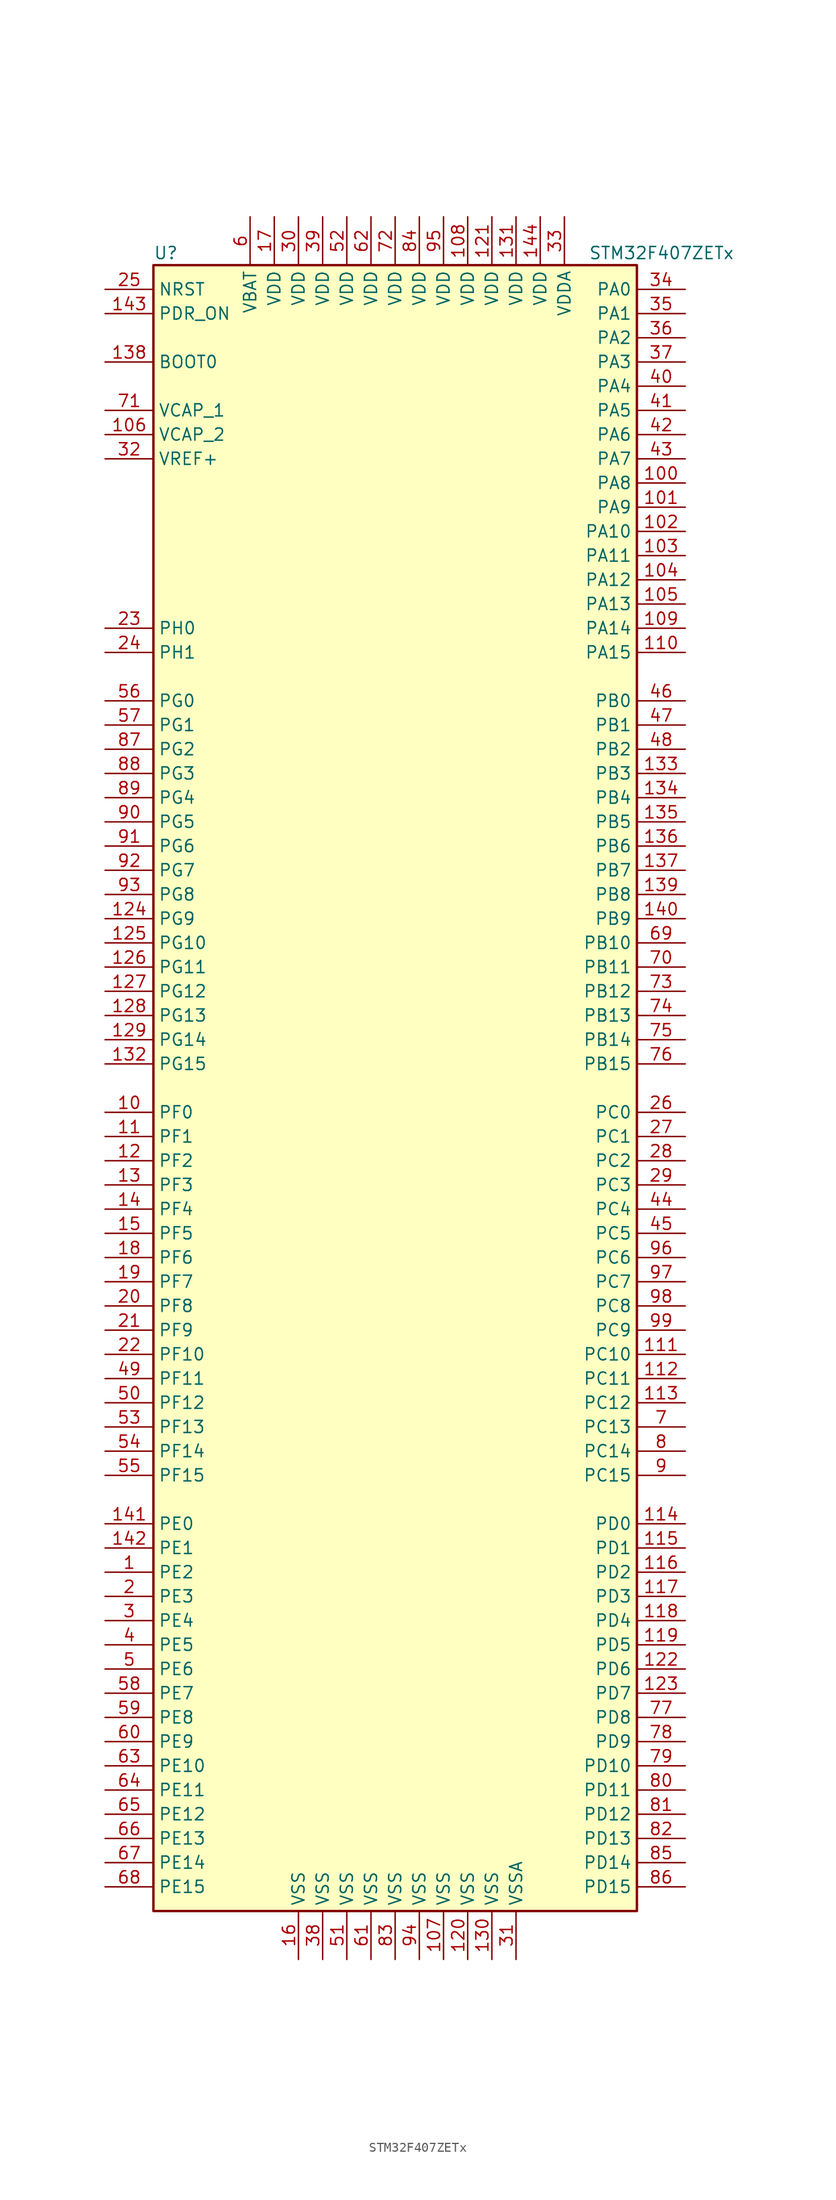
<source format=kicad_sym>
(kicad_symbol_lib
  (version 20201005)
  (generator kicad_symbol_editor)
  (symbol "STM32F407ZETx"
    (property "Reference" "U"
      (at -25.4 87.63 0)
      (effects (font (size 1.27 1.27)) (justify left)))
    (property "Value" "STM32F407ZETx"
      (at 20.32 87.63 0)
      (effects (font (size 1.27 1.27)) (justify left)))
    (symbol "STM32F407ZETx_0_1"
      (rectangle (start -25.4 -86.36) (end 25.4 86.36) (stroke (width 0.254)) (fill (type background))))
    (symbol "STM32F407ZETx_1_1"
      (pin input line (at -30.48 76.2 0) (length 5.08) (name "BOOT0" (effects (font (size 1.27 1.27)))) (number "138" (effects (font (size 1.27 1.27)))))
      (pin input line (at -30.48 83.82 0) (length 5.08) (name "NRST" (effects (font (size 1.27 1.27)))) (number "25" (effects (font (size 1.27 1.27)))))
      (pin bidirectional line (at 30.48 83.82 180) (length 5.08) (name "PA0" (effects (font (size 1.27 1.27)))) (number "34" (effects (font (size 1.27 1.27)))))
      (pin bidirectional line (at 30.48 81.28 180) (length 5.08) (name "PA1" (effects (font (size 1.27 1.27)))) (number "35" (effects (font (size 1.27 1.27)))))
      (pin bidirectional line (at 30.48 58.42 180) (length 5.08) (name "PA10" (effects (font (size 1.27 1.27)))) (number "102" (effects (font (size 1.27 1.27)))))
      (pin bidirectional line (at 30.48 55.88 180) (length 5.08) (name "PA11" (effects (font (size 1.27 1.27)))) (number "103" (effects (font (size 1.27 1.27)))))
      (pin bidirectional line (at 30.48 53.34 180) (length 5.08) (name "PA12" (effects (font (size 1.27 1.27)))) (number "104" (effects (font (size 1.27 1.27)))))
      (pin bidirectional line (at 30.48 50.8 180) (length 5.08) (name "PA13" (effects (font (size 1.27 1.27)))) (number "105" (effects (font (size 1.27 1.27)))))
      (pin bidirectional line (at 30.48 48.26 180) (length 5.08) (name "PA14" (effects (font (size 1.27 1.27)))) (number "109" (effects (font (size 1.27 1.27)))))
      (pin bidirectional line (at 30.48 45.72 180) (length 5.08) (name "PA15" (effects (font (size 1.27 1.27)))) (number "110" (effects (font (size 1.27 1.27)))))
      (pin bidirectional line (at 30.48 78.74 180) (length 5.08) (name "PA2" (effects (font (size 1.27 1.27)))) (number "36" (effects (font (size 1.27 1.27)))))
      (pin bidirectional line (at 30.48 76.2 180) (length 5.08) (name "PA3" (effects (font (size 1.27 1.27)))) (number "37" (effects (font (size 1.27 1.27)))))
      (pin bidirectional line (at 30.48 73.66 180) (length 5.08) (name "PA4" (effects (font (size 1.27 1.27)))) (number "40" (effects (font (size 1.27 1.27)))))
      (pin bidirectional line (at 30.48 71.12 180) (length 5.08) (name "PA5" (effects (font (size 1.27 1.27)))) (number "41" (effects (font (size 1.27 1.27)))))
      (pin bidirectional line (at 30.48 68.58 180) (length 5.08) (name "PA6" (effects (font (size 1.27 1.27)))) (number "42" (effects (font (size 1.27 1.27)))))
      (pin bidirectional line (at 30.48 66.04 180) (length 5.08) (name "PA7" (effects (font (size 1.27 1.27)))) (number "43" (effects (font (size 1.27 1.27)))))
      (pin bidirectional line (at 30.48 63.5 180) (length 5.08) (name "PA8" (effects (font (size 1.27 1.27)))) (number "100" (effects (font (size 1.27 1.27)))))
      (pin bidirectional line (at 30.48 60.96 180) (length 5.08) (name "PA9" (effects (font (size 1.27 1.27)))) (number "101" (effects (font (size 1.27 1.27)))))
      (pin bidirectional line (at 30.48 40.64 180) (length 5.08) (name "PB0" (effects (font (size 1.27 1.27)))) (number "46" (effects (font (size 1.27 1.27)))))
      (pin bidirectional line (at 30.48 38.1 180) (length 5.08) (name "PB1" (effects (font (size 1.27 1.27)))) (number "47" (effects (font (size 1.27 1.27)))))
      (pin bidirectional line (at 30.48 15.24 180) (length 5.08) (name "PB10" (effects (font (size 1.27 1.27)))) (number "69" (effects (font (size 1.27 1.27)))))
      (pin bidirectional line (at 30.48 12.7 180) (length 5.08) (name "PB11" (effects (font (size 1.27 1.27)))) (number "70" (effects (font (size 1.27 1.27)))))
      (pin bidirectional line (at 30.48 10.16 180) (length 5.08) (name "PB12" (effects (font (size 1.27 1.27)))) (number "73" (effects (font (size 1.27 1.27)))))
      (pin bidirectional line (at 30.48 7.62 180) (length 5.08) (name "PB13" (effects (font (size 1.27 1.27)))) (number "74" (effects (font (size 1.27 1.27)))))
      (pin bidirectional line (at 30.48 5.08 180) (length 5.08) (name "PB14" (effects (font (size 1.27 1.27)))) (number "75" (effects (font (size 1.27 1.27)))))
      (pin bidirectional line (at 30.48 2.54 180) (length 5.08) (name "PB15" (effects (font (size 1.27 1.27)))) (number "76" (effects (font (size 1.27 1.27)))))
      (pin bidirectional line (at 30.48 35.56 180) (length 5.08) (name "PB2" (effects (font (size 1.27 1.27)))) (number "48" (effects (font (size 1.27 1.27)))))
      (pin bidirectional line (at 30.48 33.02 180) (length 5.08) (name "PB3" (effects (font (size 1.27 1.27)))) (number "133" (effects (font (size 1.27 1.27)))))
      (pin bidirectional line (at 30.48 30.48 180) (length 5.08) (name "PB4" (effects (font (size 1.27 1.27)))) (number "134" (effects (font (size 1.27 1.27)))))
      (pin bidirectional line (at 30.48 27.94 180) (length 5.08) (name "PB5" (effects (font (size 1.27 1.27)))) (number "135" (effects (font (size 1.27 1.27)))))
      (pin bidirectional line (at 30.48 25.4 180) (length 5.08) (name "PB6" (effects (font (size 1.27 1.27)))) (number "136" (effects (font (size 1.27 1.27)))))
      (pin bidirectional line (at 30.48 22.86 180) (length 5.08) (name "PB7" (effects (font (size 1.27 1.27)))) (number "137" (effects (font (size 1.27 1.27)))))
      (pin bidirectional line (at 30.48 20.32 180) (length 5.08) (name "PB8" (effects (font (size 1.27 1.27)))) (number "139" (effects (font (size 1.27 1.27)))))
      (pin bidirectional line (at 30.48 17.78 180) (length 5.08) (name "PB9" (effects (font (size 1.27 1.27)))) (number "140" (effects (font (size 1.27 1.27)))))
      (pin bidirectional line (at 30.48 -2.54 180) (length 5.08) (name "PC0" (effects (font (size 1.27 1.27)))) (number "26" (effects (font (size 1.27 1.27)))))
      (pin bidirectional line (at 30.48 -5.08 180) (length 5.08) (name "PC1" (effects (font (size 1.27 1.27)))) (number "27" (effects (font (size 1.27 1.27)))))
      (pin bidirectional line (at 30.48 -27.94 180) (length 5.08) (name "PC10" (effects (font (size 1.27 1.27)))) (number "111" (effects (font (size 1.27 1.27)))))
      (pin bidirectional line (at 30.48 -30.48 180) (length 5.08) (name "PC11" (effects (font (size 1.27 1.27)))) (number "112" (effects (font (size 1.27 1.27)))))
      (pin bidirectional line (at 30.48 -33.02 180) (length 5.08) (name "PC12" (effects (font (size 1.27 1.27)))) (number "113" (effects (font (size 1.27 1.27)))))
      (pin bidirectional line (at 30.48 -35.56 180) (length 5.08) (name "PC13" (effects (font (size 1.27 1.27)))) (number "7" (effects (font (size 1.27 1.27)))))
      (pin bidirectional line (at 30.48 -38.1 180) (length 5.08) (name "PC14" (effects (font (size 1.27 1.27)))) (number "8" (effects (font (size 1.27 1.27)))))
      (pin bidirectional line (at 30.48 -40.64 180) (length 5.08) (name "PC15" (effects (font (size 1.27 1.27)))) (number "9" (effects (font (size 1.27 1.27)))))
      (pin bidirectional line (at 30.48 -7.62 180) (length 5.08) (name "PC2" (effects (font (size 1.27 1.27)))) (number "28" (effects (font (size 1.27 1.27)))))
      (pin bidirectional line (at 30.48 -10.16 180) (length 5.08) (name "PC3" (effects (font (size 1.27 1.27)))) (number "29" (effects (font (size 1.27 1.27)))))
      (pin bidirectional line (at 30.48 -12.7 180) (length 5.08) (name "PC4" (effects (font (size 1.27 1.27)))) (number "44" (effects (font (size 1.27 1.27)))))
      (pin bidirectional line (at 30.48 -15.24 180) (length 5.08) (name "PC5" (effects (font (size 1.27 1.27)))) (number "45" (effects (font (size 1.27 1.27)))))
      (pin bidirectional line (at 30.48 -17.78 180) (length 5.08) (name "PC6" (effects (font (size 1.27 1.27)))) (number "96" (effects (font (size 1.27 1.27)))))
      (pin bidirectional line (at 30.48 -20.32 180) (length 5.08) (name "PC7" (effects (font (size 1.27 1.27)))) (number "97" (effects (font (size 1.27 1.27)))))
      (pin bidirectional line (at 30.48 -22.86 180) (length 5.08) (name "PC8" (effects (font (size 1.27 1.27)))) (number "98" (effects (font (size 1.27 1.27)))))
      (pin bidirectional line (at 30.48 -25.4 180) (length 5.08) (name "PC9" (effects (font (size 1.27 1.27)))) (number "99" (effects (font (size 1.27 1.27)))))
      (pin bidirectional line (at 30.48 -45.72 180) (length 5.08) (name "PD0" (effects (font (size 1.27 1.27)))) (number "114" (effects (font (size 1.27 1.27)))))
      (pin bidirectional line (at 30.48 -48.26 180) (length 5.08) (name "PD1" (effects (font (size 1.27 1.27)))) (number "115" (effects (font (size 1.27 1.27)))))
      (pin bidirectional line (at 30.48 -71.12 180) (length 5.08) (name "PD10" (effects (font (size 1.27 1.27)))) (number "79" (effects (font (size 1.27 1.27)))))
      (pin bidirectional line (at 30.48 -73.66 180) (length 5.08) (name "PD11" (effects (font (size 1.27 1.27)))) (number "80" (effects (font (size 1.27 1.27)))))
      (pin bidirectional line (at 30.48 -76.2 180) (length 5.08) (name "PD12" (effects (font (size 1.27 1.27)))) (number "81" (effects (font (size 1.27 1.27)))))
      (pin bidirectional line (at 30.48 -78.74 180) (length 5.08) (name "PD13" (effects (font (size 1.27 1.27)))) (number "82" (effects (font (size 1.27 1.27)))))
      (pin bidirectional line (at 30.48 -81.28 180) (length 5.08) (name "PD14" (effects (font (size 1.27 1.27)))) (number "85" (effects (font (size 1.27 1.27)))))
      (pin bidirectional line (at 30.48 -83.82 180) (length 5.08) (name "PD15" (effects (font (size 1.27 1.27)))) (number "86" (effects (font (size 1.27 1.27)))))
      (pin bidirectional line (at 30.48 -50.8 180) (length 5.08) (name "PD2" (effects (font (size 1.27 1.27)))) (number "116" (effects (font (size 1.27 1.27)))))
      (pin bidirectional line (at 30.48 -53.34 180) (length 5.08) (name "PD3" (effects (font (size 1.27 1.27)))) (number "117" (effects (font (size 1.27 1.27)))))
      (pin bidirectional line (at 30.48 -55.88 180) (length 5.08) (name "PD4" (effects (font (size 1.27 1.27)))) (number "118" (effects (font (size 1.27 1.27)))))
      (pin bidirectional line (at 30.48 -58.42 180) (length 5.08) (name "PD5" (effects (font (size 1.27 1.27)))) (number "119" (effects (font (size 1.27 1.27)))))
      (pin bidirectional line (at 30.48 -60.96 180) (length 5.08) (name "PD6" (effects (font (size 1.27 1.27)))) (number "122" (effects (font (size 1.27 1.27)))))
      (pin bidirectional line (at 30.48 -63.5 180) (length 5.08) (name "PD7" (effects (font (size 1.27 1.27)))) (number "123" (effects (font (size 1.27 1.27)))))
      (pin bidirectional line (at 30.48 -66.04 180) (length 5.08) (name "PD8" (effects (font (size 1.27 1.27)))) (number "77" (effects (font (size 1.27 1.27)))))
      (pin bidirectional line (at 30.48 -68.58 180) (length 5.08) (name "PD9" (effects (font (size 1.27 1.27)))) (number "78" (effects (font (size 1.27 1.27)))))
      (pin input line (at -30.48 81.28 0) (length 5.08) (name "PDR_ON" (effects (font (size 1.27 1.27)))) (number "143" (effects (font (size 1.27 1.27)))))
      (pin bidirectional line (at -30.48 -45.72 0) (length 5.08) (name "PE0" (effects (font (size 1.27 1.27)))) (number "141" (effects (font (size 1.27 1.27)))))
      (pin bidirectional line (at -30.48 -48.26 0) (length 5.08) (name "PE1" (effects (font (size 1.27 1.27)))) (number "142" (effects (font (size 1.27 1.27)))))
      (pin bidirectional line (at -30.48 -71.12 0) (length 5.08) (name "PE10" (effects (font (size 1.27 1.27)))) (number "63" (effects (font (size 1.27 1.27)))))
      (pin bidirectional line (at -30.48 -73.66 0) (length 5.08) (name "PE11" (effects (font (size 1.27 1.27)))) (number "64" (effects (font (size 1.27 1.27)))))
      (pin bidirectional line (at -30.48 -76.2 0) (length 5.08) (name "PE12" (effects (font (size 1.27 1.27)))) (number "65" (effects (font (size 1.27 1.27)))))
      (pin bidirectional line (at -30.48 -78.74 0) (length 5.08) (name "PE13" (effects (font (size 1.27 1.27)))) (number "66" (effects (font (size 1.27 1.27)))))
      (pin bidirectional line (at -30.48 -81.28 0) (length 5.08) (name "PE14" (effects (font (size 1.27 1.27)))) (number "67" (effects (font (size 1.27 1.27)))))
      (pin bidirectional line (at -30.48 -83.82 0) (length 5.08) (name "PE15" (effects (font (size 1.27 1.27)))) (number "68" (effects (font (size 1.27 1.27)))))
      (pin bidirectional line (at -30.48 -50.8 0) (length 5.08) (name "PE2" (effects (font (size 1.27 1.27)))) (number "1" (effects (font (size 1.27 1.27)))))
      (pin bidirectional line (at -30.48 -53.34 0) (length 5.08) (name "PE3" (effects (font (size 1.27 1.27)))) (number "2" (effects (font (size 1.27 1.27)))))
      (pin bidirectional line (at -30.48 -55.88 0) (length 5.08) (name "PE4" (effects (font (size 1.27 1.27)))) (number "3" (effects (font (size 1.27 1.27)))))
      (pin bidirectional line (at -30.48 -58.42 0) (length 5.08) (name "PE5" (effects (font (size 1.27 1.27)))) (number "4" (effects (font (size 1.27 1.27)))))
      (pin bidirectional line (at -30.48 -60.96 0) (length 5.08) (name "PE6" (effects (font (size 1.27 1.27)))) (number "5" (effects (font (size 1.27 1.27)))))
      (pin bidirectional line (at -30.48 -63.5 0) (length 5.08) (name "PE7" (effects (font (size 1.27 1.27)))) (number "58" (effects (font (size 1.27 1.27)))))
      (pin bidirectional line (at -30.48 -66.04 0) (length 5.08) (name "PE8" (effects (font (size 1.27 1.27)))) (number "59" (effects (font (size 1.27 1.27)))))
      (pin bidirectional line (at -30.48 -68.58 0) (length 5.08) (name "PE9" (effects (font (size 1.27 1.27)))) (number "60" (effects (font (size 1.27 1.27)))))
      (pin bidirectional line (at -30.48 -2.54 0) (length 5.08) (name "PF0" (effects (font (size 1.27 1.27)))) (number "10" (effects (font (size 1.27 1.27)))))
      (pin bidirectional line (at -30.48 -5.08 0) (length 5.08) (name "PF1" (effects (font (size 1.27 1.27)))) (number "11" (effects (font (size 1.27 1.27)))))
      (pin bidirectional line (at -30.48 -27.94 0) (length 5.08) (name "PF10" (effects (font (size 1.27 1.27)))) (number "22" (effects (font (size 1.27 1.27)))))
      (pin bidirectional line (at -30.48 -30.48 0) (length 5.08) (name "PF11" (effects (font (size 1.27 1.27)))) (number "49" (effects (font (size 1.27 1.27)))))
      (pin bidirectional line (at -30.48 -33.02 0) (length 5.08) (name "PF12" (effects (font (size 1.27 1.27)))) (number "50" (effects (font (size 1.27 1.27)))))
      (pin bidirectional line (at -30.48 -35.56 0) (length 5.08) (name "PF13" (effects (font (size 1.27 1.27)))) (number "53" (effects (font (size 1.27 1.27)))))
      (pin bidirectional line (at -30.48 -38.1 0) (length 5.08) (name "PF14" (effects (font (size 1.27 1.27)))) (number "54" (effects (font (size 1.27 1.27)))))
      (pin bidirectional line (at -30.48 -40.64 0) (length 5.08) (name "PF15" (effects (font (size 1.27 1.27)))) (number "55" (effects (font (size 1.27 1.27)))))
      (pin bidirectional line (at -30.48 -7.62 0) (length 5.08) (name "PF2" (effects (font (size 1.27 1.27)))) (number "12" (effects (font (size 1.27 1.27)))))
      (pin bidirectional line (at -30.48 -10.16 0) (length 5.08) (name "PF3" (effects (font (size 1.27 1.27)))) (number "13" (effects (font (size 1.27 1.27)))))
      (pin bidirectional line (at -30.48 -12.7 0) (length 5.08) (name "PF4" (effects (font (size 1.27 1.27)))) (number "14" (effects (font (size 1.27 1.27)))))
      (pin bidirectional line (at -30.48 -15.24 0) (length 5.08) (name "PF5" (effects (font (size 1.27 1.27)))) (number "15" (effects (font (size 1.27 1.27)))))
      (pin bidirectional line (at -30.48 -17.78 0) (length 5.08) (name "PF6" (effects (font (size 1.27 1.27)))) (number "18" (effects (font (size 1.27 1.27)))))
      (pin bidirectional line (at -30.48 -20.32 0) (length 5.08) (name "PF7" (effects (font (size 1.27 1.27)))) (number "19" (effects (font (size 1.27 1.27)))))
      (pin bidirectional line (at -30.48 -22.86 0) (length 5.08) (name "PF8" (effects (font (size 1.27 1.27)))) (number "20" (effects (font (size 1.27 1.27)))))
      (pin bidirectional line (at -30.48 -25.4 0) (length 5.08) (name "PF9" (effects (font (size 1.27 1.27)))) (number "21" (effects (font (size 1.27 1.27)))))
      (pin bidirectional line (at -30.48 40.64 0) (length 5.08) (name "PG0" (effects (font (size 1.27 1.27)))) (number "56" (effects (font (size 1.27 1.27)))))
      (pin bidirectional line (at -30.48 38.1 0) (length 5.08) (name "PG1" (effects (font (size 1.27 1.27)))) (number "57" (effects (font (size 1.27 1.27)))))
      (pin bidirectional line (at -30.48 15.24 0) (length 5.08) (name "PG10" (effects (font (size 1.27 1.27)))) (number "125" (effects (font (size 1.27 1.27)))))
      (pin bidirectional line (at -30.48 12.7 0) (length 5.08) (name "PG11" (effects (font (size 1.27 1.27)))) (number "126" (effects (font (size 1.27 1.27)))))
      (pin bidirectional line (at -30.48 10.16 0) (length 5.08) (name "PG12" (effects (font (size 1.27 1.27)))) (number "127" (effects (font (size 1.27 1.27)))))
      (pin bidirectional line (at -30.48 7.62 0) (length 5.08) (name "PG13" (effects (font (size 1.27 1.27)))) (number "128" (effects (font (size 1.27 1.27)))))
      (pin bidirectional line (at -30.48 5.08 0) (length 5.08) (name "PG14" (effects (font (size 1.27 1.27)))) (number "129" (effects (font (size 1.27 1.27)))))
      (pin bidirectional line (at -30.48 2.54 0) (length 5.08) (name "PG15" (effects (font (size 1.27 1.27)))) (number "132" (effects (font (size 1.27 1.27)))))
      (pin bidirectional line (at -30.48 35.56 0) (length 5.08) (name "PG2" (effects (font (size 1.27 1.27)))) (number "87" (effects (font (size 1.27 1.27)))))
      (pin bidirectional line (at -30.48 33.02 0) (length 5.08) (name "PG3" (effects (font (size 1.27 1.27)))) (number "88" (effects (font (size 1.27 1.27)))))
      (pin bidirectional line (at -30.48 30.48 0) (length 5.08) (name "PG4" (effects (font (size 1.27 1.27)))) (number "89" (effects (font (size 1.27 1.27)))))
      (pin bidirectional line (at -30.48 27.94 0) (length 5.08) (name "PG5" (effects (font (size 1.27 1.27)))) (number "90" (effects (font (size 1.27 1.27)))))
      (pin bidirectional line (at -30.48 25.4 0) (length 5.08) (name "PG6" (effects (font (size 1.27 1.27)))) (number "91" (effects (font (size 1.27 1.27)))))
      (pin bidirectional line (at -30.48 22.86 0) (length 5.08) (name "PG7" (effects (font (size 1.27 1.27)))) (number "92" (effects (font (size 1.27 1.27)))))
      (pin bidirectional line (at -30.48 20.32 0) (length 5.08) (name "PG8" (effects (font (size 1.27 1.27)))) (number "93" (effects (font (size 1.27 1.27)))))
      (pin bidirectional line (at -30.48 17.78 0) (length 5.08) (name "PG9" (effects (font (size 1.27 1.27)))) (number "124" (effects (font (size 1.27 1.27)))))
      (pin input line (at -30.48 48.26 0) (length 5.08) (name "PH0" (effects (font (size 1.27 1.27)))) (number "23" (effects (font (size 1.27 1.27)))))
      (pin input line (at -30.48 45.72 0) (length 5.08) (name "PH1" (effects (font (size 1.27 1.27)))) (number "24" (effects (font (size 1.27 1.27)))))
      (pin power_in line (at -15.24 91.44 270) (length 5.08) (name "VBAT" (effects (font (size 1.27 1.27)))) (number "6" (effects (font (size 1.27 1.27)))))
      (pin power_in line (at -30.48 71.12 0) (length 5.08) (name "VCAP_1" (effects (font (size 1.27 1.27)))) (number "71" (effects (font (size 1.27 1.27)))))
      (pin power_in line (at -30.48 68.58 0) (length 5.08) (name "VCAP_2" (effects (font (size 1.27 1.27)))) (number "106" (effects (font (size 1.27 1.27)))))
      (pin power_in line (at 7.62 91.44 270) (length 5.08) (name "VDD" (effects (font (size 1.27 1.27)))) (number "108" (effects (font (size 1.27 1.27)))))
      (pin power_in line (at 10.16 91.44 270) (length 5.08) (name "VDD" (effects (font (size 1.27 1.27)))) (number "121" (effects (font (size 1.27 1.27)))))
      (pin power_in line (at 12.7 91.44 270) (length 5.08) (name "VDD" (effects (font (size 1.27 1.27)))) (number "131" (effects (font (size 1.27 1.27)))))
      (pin power_in line (at 15.24 91.44 270) (length 5.08) (name "VDD" (effects (font (size 1.27 1.27)))) (number "144" (effects (font (size 1.27 1.27)))))
      (pin power_in line (at -12.7 91.44 270) (length 5.08) (name "VDD" (effects (font (size 1.27 1.27)))) (number "17" (effects (font (size 1.27 1.27)))))
      (pin power_in line (at -10.16 91.44 270) (length 5.08) (name "VDD" (effects (font (size 1.27 1.27)))) (number "30" (effects (font (size 1.27 1.27)))))
      (pin power_in line (at -7.62 91.44 270) (length 5.08) (name "VDD" (effects (font (size 1.27 1.27)))) (number "39" (effects (font (size 1.27 1.27)))))
      (pin power_in line (at -5.08 91.44 270) (length 5.08) (name "VDD" (effects (font (size 1.27 1.27)))) (number "52" (effects (font (size 1.27 1.27)))))
      (pin power_in line (at -2.54 91.44 270) (length 5.08) (name "VDD" (effects (font (size 1.27 1.27)))) (number "62" (effects (font (size 1.27 1.27)))))
      (pin power_in line (at 0 91.44 270) (length 5.08) (name "VDD" (effects (font (size 1.27 1.27)))) (number "72" (effects (font (size 1.27 1.27)))))
      (pin power_in line (at 2.54 91.44 270) (length 5.08) (name "VDD" (effects (font (size 1.27 1.27)))) (number "84" (effects (font (size 1.27 1.27)))))
      (pin power_in line (at 5.08 91.44 270) (length 5.08) (name "VDD" (effects (font (size 1.27 1.27)))) (number "95" (effects (font (size 1.27 1.27)))))
      (pin power_in line (at 17.78 91.44 270) (length 5.08) (name "VDDA" (effects (font (size 1.27 1.27)))) (number "33" (effects (font (size 1.27 1.27)))))
      (pin power_in line (at -30.48 66.04 0) (length 5.08) (name "VREF+" (effects (font (size 1.27 1.27)))) (number "32" (effects (font (size 1.27 1.27)))))
      (pin power_in line (at 5.08 -91.44 90) (length 5.08) (name "VSS" (effects (font (size 1.27 1.27)))) (number "107" (effects (font (size 1.27 1.27)))))
      (pin power_in line (at 7.62 -91.44 90) (length 5.08) (name "VSS" (effects (font (size 1.27 1.27)))) (number "120" (effects (font (size 1.27 1.27)))))
      (pin power_in line (at 10.16 -91.44 90) (length 5.08) (name "VSS" (effects (font (size 1.27 1.27)))) (number "130" (effects (font (size 1.27 1.27)))))
      (pin power_in line (at -10.16 -91.44 90) (length 5.08) (name "VSS" (effects (font (size 1.27 1.27)))) (number "16" (effects (font (size 1.27 1.27)))))
      (pin power_in line (at -7.62 -91.44 90) (length 5.08) (name "VSS" (effects (font (size 1.27 1.27)))) (number "38" (effects (font (size 1.27 1.27)))))
      (pin power_in line (at -5.08 -91.44 90) (length 5.08) (name "VSS" (effects (font (size 1.27 1.27)))) (number "51" (effects (font (size 1.27 1.27)))))
      (pin power_in line (at -2.54 -91.44 90) (length 5.08) (name "VSS" (effects (font (size 1.27 1.27)))) (number "61" (effects (font (size 1.27 1.27)))))
      (pin power_in line (at 0 -91.44 90) (length 5.08) (name "VSS" (effects (font (size 1.27 1.27)))) (number "83" (effects (font (size 1.27 1.27)))))
      (pin power_in line (at 2.54 -91.44 90) (length 5.08) (name "VSS" (effects (font (size 1.27 1.27)))) (number "94" (effects (font (size 1.27 1.27)))))
      (pin power_in line (at 12.7 -91.44 90) (length 5.08) (name "VSSA" (effects (font (size 1.27 1.27)))) (number "31" (effects (font (size 1.27 1.27))))))))
</source>
